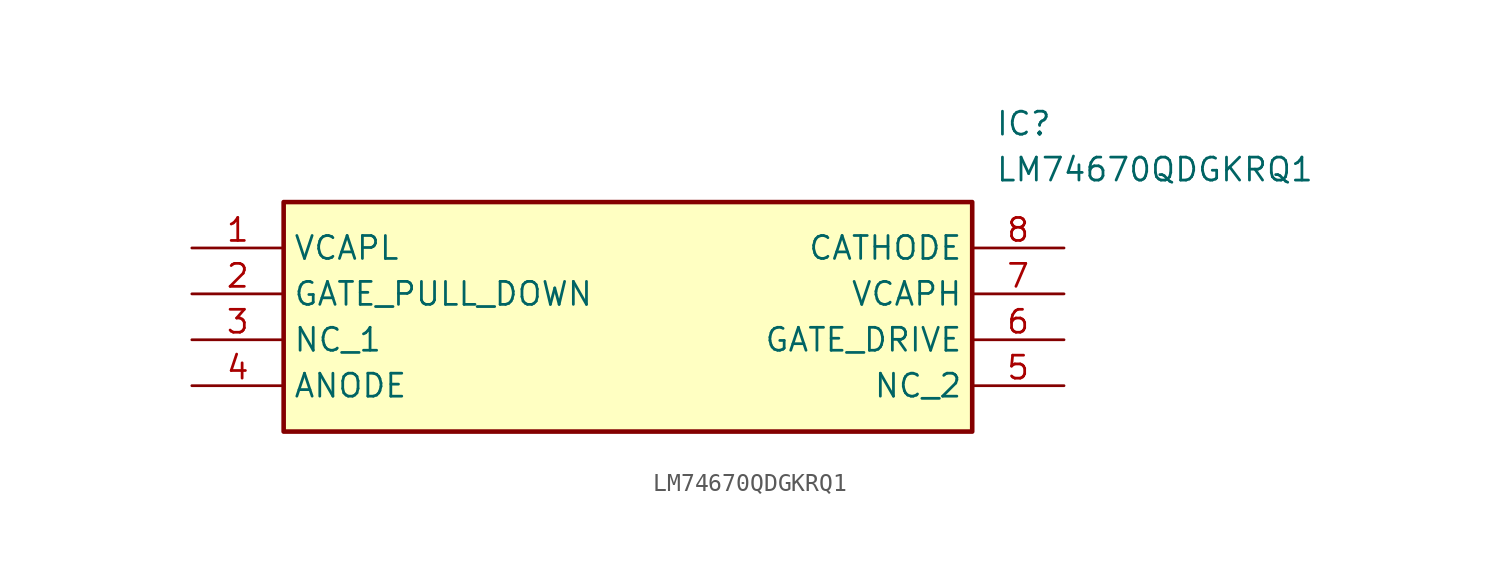
<source format=kicad_sym>
(kicad_symbol_lib
  (version 20211014)
  (generator SamacSys_ECAD_Model)
  (symbol "LM74670QDGKRQ1"
    (property "Reference" "IC"
      (at 44.45 7.62 0)
      (effects (font (size 1.27 1.27)) (justify left top)))
    (property "Value" "LM74670QDGKRQ1"
      (at 44.45 5.08 0)
      (effects (font (size 1.27 1.27)) (justify left top)))
    (rectangle
      (start 5.08 2.54)
      (end 43.18 -10.16)
      (stroke (width 0.254) (type default))
      (fill (type background)))
    (pin passive line
      (at 0 0 0)
      (length 5.08)
      (name "VCAPL" (effects (font (size 1.27 1.27))))
      (number "1" (effects (font (size 1.27 1.27)))))
    (pin passive line
      (at 0 -2.54 0)
      (length 5.08)
      (name "GATE_PULL_DOWN" (effects (font (size 1.27 1.27))))
      (number "2" (effects (font (size 1.27 1.27)))))
    (pin passive line
      (at 0 -5.08 0)
      (length 5.08)
      (name "NC_1" (effects (font (size 1.27 1.27))))
      (number "3" (effects (font (size 1.27 1.27)))))
    (pin passive line
      (at 0 -7.62 0)
      (length 5.08)
      (name "ANODE" (effects (font (size 1.27 1.27))))
      (number "4" (effects (font (size 1.27 1.27)))))
    (pin passive line
      (at 48.26 0 180)
      (length 5.08)
      (name "CATHODE" (effects (font (size 1.27 1.27))))
      (number "8" (effects (font (size 1.27 1.27)))))
    (pin passive line
      (at 48.26 -2.54 180)
      (length 5.08)
      (name "VCAPH" (effects (font (size 1.27 1.27))))
      (number "7" (effects (font (size 1.27 1.27)))))
    (pin passive line
      (at 48.26 -5.08 180)
      (length 5.08)
      (name "GATE_DRIVE" (effects (font (size 1.27 1.27))))
      (number "6" (effects (font (size 1.27 1.27)))))
    (pin passive line
      (at 48.26 -7.62 180)
      (length 5.08)
      (name "NC_2" (effects (font (size 1.27 1.27))))
      (number "5" (effects (font (size 1.27 1.27)))))))
</source>
